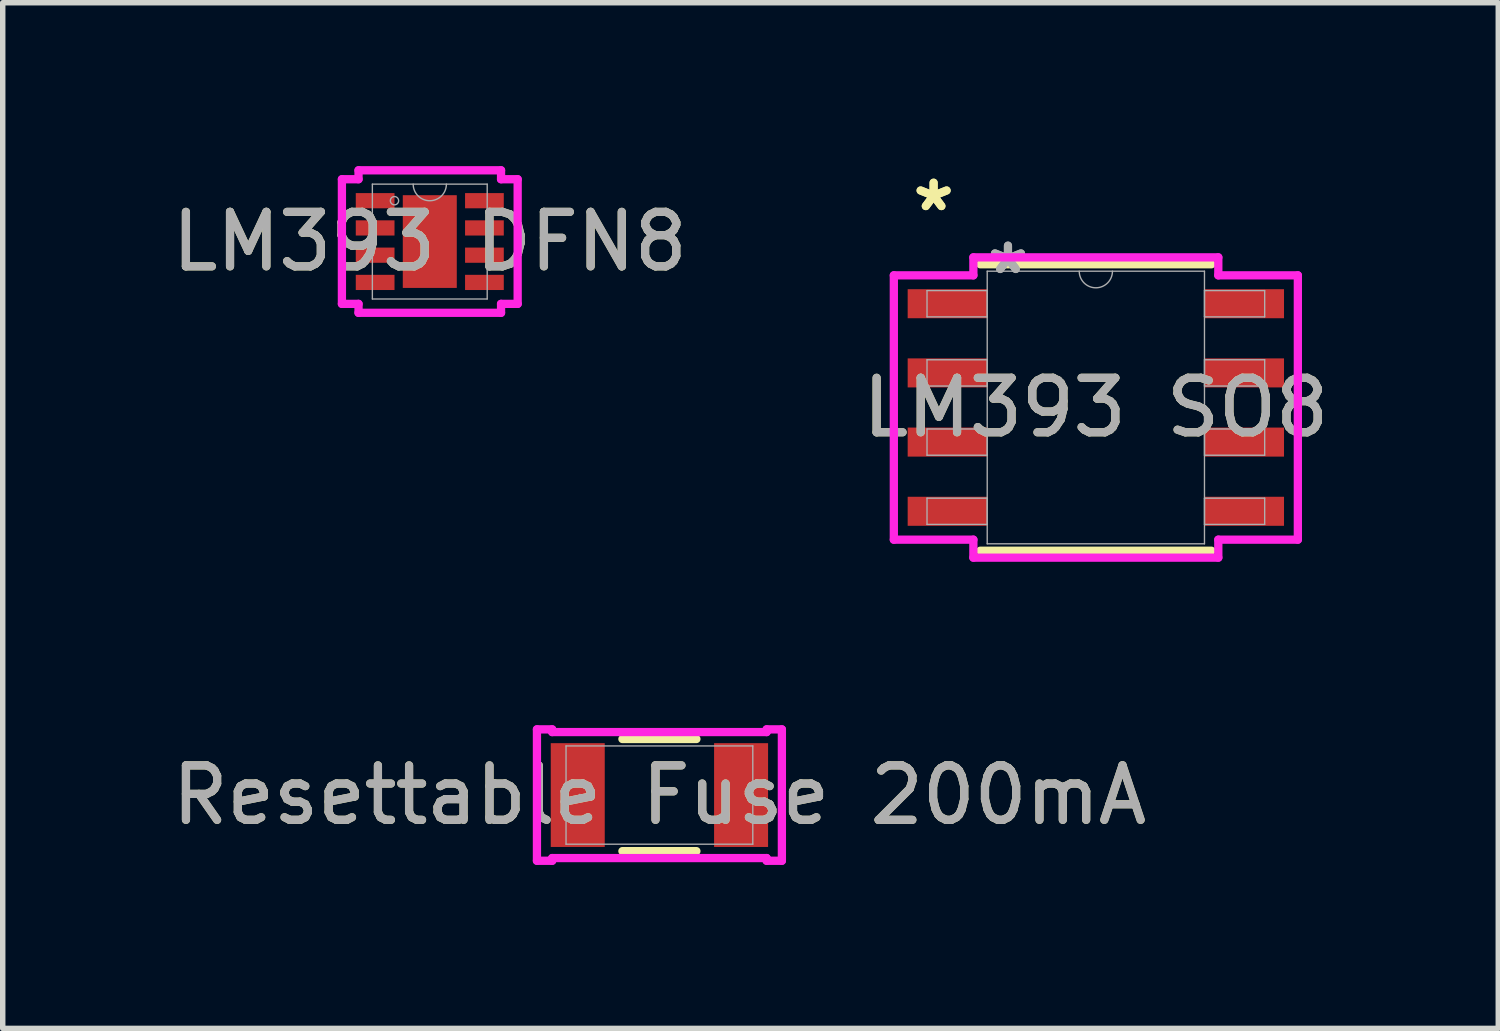
<source format=kicad_pcb>
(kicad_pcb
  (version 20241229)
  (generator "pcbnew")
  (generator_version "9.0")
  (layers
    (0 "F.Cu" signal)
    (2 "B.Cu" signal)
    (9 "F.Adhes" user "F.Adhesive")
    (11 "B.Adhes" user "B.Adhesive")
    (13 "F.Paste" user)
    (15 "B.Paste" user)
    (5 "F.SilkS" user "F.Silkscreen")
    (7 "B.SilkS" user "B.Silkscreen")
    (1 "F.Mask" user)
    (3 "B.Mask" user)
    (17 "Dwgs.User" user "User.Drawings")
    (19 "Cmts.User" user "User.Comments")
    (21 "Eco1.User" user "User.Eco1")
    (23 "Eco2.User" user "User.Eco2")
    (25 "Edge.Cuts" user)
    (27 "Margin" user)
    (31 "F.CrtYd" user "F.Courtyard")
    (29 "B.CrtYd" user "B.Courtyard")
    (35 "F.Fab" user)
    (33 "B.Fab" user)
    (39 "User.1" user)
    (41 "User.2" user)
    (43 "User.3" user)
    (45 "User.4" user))
  (footprint "LM393 SO8"
    (layer "F.Cu")
    (at 17.065 4.43)
    (property "Reference" "LM393 SO8" (at 0 0 0) (unlocked yes) (layer "F.SilkS") (effects (font (size 1 1) (thickness 0.15))))
    (attr smd)
    (fp_line (start -2.121 2.629) (end 2.121 2.629) (stroke (width 0.152) (type solid)) (layer "F.SilkS"))
    (fp_line (start 2.121 -2.629) (end -2.121 -2.629) (stroke (width 0.152) (type solid)) (layer "F.SilkS"))
    (fp_line (start -3.708 -2.426) (end -2.248 -2.426) (stroke (width 0.152) (type solid)) (layer "F.CrtYd"))
    (fp_line (start -3.708 2.426) (end -3.708 -2.426) (stroke (width 0.152) (type solid)) (layer "F.CrtYd"))
    (fp_line (start -3.708 2.426) (end -2.248 2.426) (stroke (width 0.152) (type solid)) (layer "F.CrtYd"))
    (fp_line (start -2.248 -2.756) (end 2.248 -2.756) (stroke (width 0.152) (type solid)) (layer "F.CrtYd"))
    (fp_line (start -2.248 -2.426) (end -2.248 -2.756) (stroke (width 0.152) (type solid)) (layer "F.CrtYd"))
    (fp_line (start -2.248 2.756) (end -2.248 2.426) (stroke (width 0.152) (type solid)) (layer "F.CrtYd"))
    (fp_line (start 2.248 -2.756) (end 2.248 -2.426) (stroke (width 0.152) (type solid)) (layer "F.CrtYd"))
    (fp_line (start 2.248 2.426) (end 2.248 2.756) (stroke (width 0.152) (type solid)) (layer "F.CrtYd"))
    (fp_line (start 2.248 2.756) (end -2.248 2.756) (stroke (width 0.152) (type solid)) (layer "F.CrtYd"))
    (fp_line (start 3.708 -2.426) (end 2.248 -2.426) (stroke (width 0.152) (type solid)) (layer "F.CrtYd"))
    (fp_line (start 3.708 -2.426) (end 3.708 2.426) (stroke (width 0.152) (type solid)) (layer "F.CrtYd"))
    (fp_line (start 3.708 2.426) (end 2.248 2.426) (stroke (width 0.152) (type solid)) (layer "F.CrtYd"))
    (fp_line (start -3.099 -2.146) (end -3.099 -1.664) (stroke (width 0.025) (type solid)) (layer "F.Fab"))
    (fp_line (start -3.099 -1.664) (end -1.994 -1.664) (stroke (width 0.025) (type solid)) (layer "F.Fab"))
    (fp_line (start -3.099 -0.876) (end -3.099 -0.394) (stroke (width 0.025) (type solid)) (layer "F.Fab"))
    (fp_line (start -3.099 -0.394) (end -1.994 -0.394) (stroke (width 0.025) (type solid)) (layer "F.Fab"))
    (fp_line (start -3.099 0.394) (end -3.099 0.876) (stroke (width 0.025) (type solid)) (layer "F.Fab"))
    (fp_line (start -3.099 0.876) (end -1.994 0.876) (stroke (width 0.025) (type solid)) (layer "F.Fab"))
    (fp_line (start -3.099 1.664) (end -3.099 2.146) (stroke (width 0.025) (type solid)) (layer "F.Fab"))
    (fp_line (start -3.099 2.146) (end -1.994 2.146) (stroke (width 0.025) (type solid)) (layer "F.Fab"))
    (fp_line (start -1.994 -2.502) (end -1.994 2.502) (stroke (width 0.025) (type solid)) (layer "F.Fab"))
    (fp_line (start -1.994 -2.146) (end -3.099 -2.146) (stroke (width 0.025) (type solid)) (layer "F.Fab"))
    (fp_line (start -1.994 -1.664) (end -1.994 -2.146) (stroke (width 0.025) (type solid)) (layer "F.Fab"))
    (fp_line (start -1.994 -0.876) (end -3.099 -0.876) (stroke (width 0.025) (type solid)) (layer "F.Fab"))
    (fp_line (start -1.994 -0.394) (end -1.994 -0.876) (stroke (width 0.025) (type solid)) (layer "F.Fab"))
    (fp_line (start -1.994 0.394) (end -3.099 0.394) (stroke (width 0.025) (type solid)) (layer "F.Fab"))
    (fp_line (start -1.994 0.876) (end -1.994 0.394) (stroke (width 0.025) (type solid)) (layer "F.Fab"))
    (fp_line (start -1.994 1.664) (end -3.099 1.664) (stroke (width 0.025) (type solid)) (layer "F.Fab"))
    (fp_line (start -1.994 2.146) (end -1.994 1.664) (stroke (width 0.025) (type solid)) (layer "F.Fab"))
    (fp_line (start -1.994 2.502) (end 1.994 2.502) (stroke (width 0.025) (type solid)) (layer "F.Fab"))
    (fp_line (start 1.994 -2.502) (end -1.994 -2.502) (stroke (width 0.025) (type solid)) (layer "F.Fab"))
    (fp_line (start 1.994 -2.146) (end 1.994 -1.664) (stroke (width 0.025) (type solid)) (layer "F.Fab"))
    (fp_line (start 1.994 -1.664) (end 3.099 -1.664) (stroke (width 0.025) (type solid)) (layer "F.Fab"))
    (fp_line (start 1.994 -0.876) (end 1.994 -0.394) (stroke (width 0.025) (type solid)) (layer "F.Fab"))
    (fp_line (start 1.994 -0.394) (end 3.099 -0.394) (stroke (width 0.025) (type solid)) (layer "F.Fab"))
    (fp_line (start 1.994 0.394) (end 1.994 0.876) (stroke (width 0.025) (type solid)) (layer "F.Fab"))
    (fp_line (start 1.994 0.876) (end 3.099 0.876) (stroke (width 0.025) (type solid)) (layer "F.Fab"))
    (fp_line (start 1.994 1.664) (end 1.994 2.146) (stroke (width 0.025) (type solid)) (layer "F.Fab"))
    (fp_line (start 1.994 2.146) (end 3.099 2.146) (stroke (width 0.025) (type solid)) (layer "F.Fab"))
    (fp_line (start 1.994 2.502) (end 1.994 -2.502) (stroke (width 0.025) (type solid)) (layer "F.Fab"))
    (fp_line (start 3.099 -2.146) (end 1.994 -2.146) (stroke (width 0.025) (type solid)) (layer "F.Fab"))
    (fp_line (start 3.099 -1.664) (end 3.099 -2.146) (stroke (width 0.025) (type solid)) (layer "F.Fab"))
    (fp_line (start 3.099 -0.876) (end 1.994 -0.876) (stroke (width 0.025) (type solid)) (layer "F.Fab"))
    (fp_line (start 3.099 -0.394) (end 3.099 -0.876) (stroke (width 0.025) (type solid)) (layer "F.Fab"))
    (fp_line (start 3.099 0.394) (end 1.994 0.394) (stroke (width 0.025) (type solid)) (layer "F.Fab"))
    (fp_line (start 3.099 0.876) (end 3.099 0.394) (stroke (width 0.025) (type solid)) (layer "F.Fab"))
    (fp_line (start 3.099 1.664) (end 1.994 1.664) (stroke (width 0.025) (type solid)) (layer "F.Fab"))
    (fp_line (start 3.099 2.146) (end 3.099 1.664) (stroke (width 0.025) (type solid)) (layer "F.Fab"))
    (fp_arc (start 0.3048 -2.5019) (mid 0 -2.1971) (end -0.3048 -2.5019) (stroke (width 0.0254) (type solid)) (layer "F.Fab"))
    (fp_text user "*" (at -2.978 -3.581 0) (layer "F.SilkS") (effects (font (size 1 1) (thickness 0.15))))
    (fp_text user "*" (at -2.978 -3.581 0) (unlocked yes) (layer "F.SilkS") (effects (font (size 1 1) (thickness 0.15))))
    (fp_text user "${REFERENCE}" (at 0 0 0) (unlocked yes) (layer "F.Fab") (effects (font (size 1 1) (thickness 0.15))))
    (fp_text user "*" (at -1.613 -2.426 0) (unlocked yes) (layer "F.Fab") (effects (font (size 1 1) (thickness 0.15))))
    (fp_text user "*" (at -1.613 -2.426 0) (layer "F.Fab") (effects (font (size 1 1) (thickness 0.15))))
    (pad "1" smd rect (at -2.724 -1.905) (size 1.46 0.533) (layers "F.Cu" "F.Mask" "F.Paste"))
    (pad "2" smd rect (at -2.724 -0.635) (size 1.46 0.533) (layers "F.Cu" "F.Mask" "F.Paste"))
    (pad "3" smd rect (at -2.724 0.635) (size 1.46 0.533) (layers "F.Cu" "F.Mask" "F.Paste"))
    (pad "4" smd rect (at -2.724 1.905) (size 1.46 0.533) (layers "F.Cu" "F.Mask" "F.Paste"))
    (pad "5" smd rect (at 2.724 1.905) (size 1.46 0.533) (layers "F.Cu" "F.Mask" "F.Paste"))
    (pad "6" smd rect (at 2.724 0.635) (size 1.46 0.533) (layers "F.Cu" "F.Mask" "F.Paste"))
    (pad "7" smd rect (at 2.724 -0.635) (size 1.46 0.533) (layers "F.Cu" "F.Mask" "F.Paste"))
    (pad "8" smd rect (at 2.724 -1.905) (size 1.46 0.533) (layers "F.Cu" "F.Mask" "F.Paste")))
  (footprint "Resettable Fuse 200mA"
    (layer "F.Cu")
    (at 9.054 11.544)
    (property "Reference" "Resettable Fuse 200mA" (at 0 0 0) (unlocked yes) (layer "F.SilkS") (effects (font (size 1 1) (thickness 0.15))))
    (attr smd)
    (fp_line (start -0.679 1.029) (end 0.679 1.029) (stroke (width 0.152) (type solid)) (layer "F.SilkS"))
    (fp_line (start 0.679 -1.029) (end -0.679 -1.029) (stroke (width 0.152) (type solid)) (layer "F.SilkS"))
    (fp_line (start -2.248 -1.206) (end -1.968 -1.206) (stroke (width 0.152) (type solid)) (layer "F.CrtYd"))
    (fp_line (start -2.248 1.206) (end -2.248 -1.206) (stroke (width 0.152) (type solid)) (layer "F.CrtYd"))
    (fp_line (start -2.248 1.206) (end -1.968 1.206) (stroke (width 0.152) (type solid)) (layer "F.CrtYd"))
    (fp_line (start -1.968 -1.206) (end -1.968 -1.156) (stroke (width 0.152) (type solid)) (layer "F.CrtYd"))
    (fp_line (start -1.968 -1.156) (end 1.968 -1.156) (stroke (width 0.152) (type solid)) (layer "F.CrtYd"))
    (fp_line (start -1.968 1.156) (end 1.968 1.156) (stroke (width 0.152) (type solid)) (layer "F.CrtYd"))
    (fp_line (start -1.968 1.206) (end -1.968 1.156) (stroke (width 0.152) (type solid)) (layer "F.CrtYd"))
    (fp_line (start 1.968 -1.206) (end 2.248 -1.206) (stroke (width 0.152) (type solid)) (layer "F.CrtYd"))
    (fp_line (start 1.968 -1.156) (end 1.968 -1.206) (stroke (width 0.152) (type solid)) (layer "F.CrtYd"))
    (fp_line (start 1.968 1.156) (end 1.968 1.206) (stroke (width 0.152) (type solid)) (layer "F.CrtYd"))
    (fp_line (start 1.968 1.206) (end 2.248 1.206) (stroke (width 0.152) (type solid)) (layer "F.CrtYd"))
    (fp_line (start 2.248 -1.206) (end 2.248 1.206) (stroke (width 0.152) (type solid)) (layer "F.CrtYd"))
    (fp_line (start -1.714 -0.902) (end -1.714 0.902) (stroke (width 0.025) (type solid)) (layer "F.Fab"))
    (fp_line (start -1.714 0.902) (end 1.714 0.902) (stroke (width 0.025) (type solid)) (layer "F.Fab"))
    (fp_line (start 1.714 -0.902) (end -1.714 -0.902) (stroke (width 0.025) (type solid)) (layer "F.Fab"))
    (fp_line (start 1.714 0.902) (end 1.714 -0.902) (stroke (width 0.025) (type solid)) (layer "F.Fab"))
    (fp_circle (center -1.46 0) (end -1.46 0) (stroke (width 0.025) (type solid)) (fill no) (layer "F.Fab"))
    (fp_text user "${REFERENCE}" (at 0 0 0) (unlocked yes) (layer "F.Fab") (effects (font (size 1 1) (thickness 0.15))))
    (pad "1" smd rect (at -1.499 0) (size 0.991 1.905) (layers "F.Cu" "F.Mask" "F.Paste"))
    (pad "2" smd rect (at 1.499 0) (size 0.991 1.905) (layers "F.Cu" "F.Mask" "F.Paste"))
    (zone (net_name "") (layer "F.Cu") (hatch full 0.508) (connect_pads) (min_thickness 0.254) (filled_areas_thickness no) (keepout (tracks not_allowed) (vias not_allowed) (pads allowed) (copperpour not_allowed) (footprints allowed)) (placement (enabled no)) (fill) (polygon (pts (xy 8.101 10.643) (xy 10.006 10.643) (xy 10.006 12.446) (xy 8.101 12.446)))))
  (footprint "LM393 DFN8"
    (layer "F.Cu")
    (at 4.839 1.384)
    (property "Reference" "LM393 DFN8" (at 0 0 0) (unlocked yes) (layer "F.SilkS") (effects (font (size 1 1) (thickness 0.15))))
    (attr smd)
    (fp_line (start -1.613 -1.144) (end -1.308 -1.144) (stroke (width 0.152) (type solid)) (layer "F.CrtYd"))
    (fp_line (start -1.613 1.144) (end -1.613 -1.144) (stroke (width 0.152) (type solid)) (layer "F.CrtYd"))
    (fp_line (start -1.613 1.144) (end -1.308 1.144) (stroke (width 0.152) (type solid)) (layer "F.CrtYd"))
    (fp_line (start -1.308 -1.308) (end 1.308 -1.308) (stroke (width 0.152) (type solid)) (layer "F.CrtYd"))
    (fp_line (start -1.308 -1.144) (end -1.308 -1.308) (stroke (width 0.152) (type solid)) (layer "F.CrtYd"))
    (fp_line (start -1.308 1.308) (end -1.308 1.144) (stroke (width 0.152) (type solid)) (layer "F.CrtYd"))
    (fp_line (start 1.308 -1.308) (end 1.308 -1.144) (stroke (width 0.152) (type solid)) (layer "F.CrtYd"))
    (fp_line (start 1.308 1.144) (end 1.308 1.308) (stroke (width 0.152) (type solid)) (layer "F.CrtYd"))
    (fp_line (start 1.308 1.308) (end -1.308 1.308) (stroke (width 0.152) (type solid)) (layer "F.CrtYd"))
    (fp_line (start 1.613 -1.144) (end 1.308 -1.144) (stroke (width 0.152) (type solid)) (layer "F.CrtYd"))
    (fp_line (start 1.613 -1.144) (end 1.613 1.144) (stroke (width 0.152) (type solid)) (layer "F.CrtYd"))
    (fp_line (start 1.613 1.144) (end 1.308 1.144) (stroke (width 0.152) (type solid)) (layer "F.CrtYd"))
    (fp_line (start -1.054 -1.054) (end -1.054 1.054) (stroke (width 0.025) (type solid)) (layer "F.Fab"))
    (fp_line (start -1.054 1.054) (end 1.054 1.054) (stroke (width 0.025) (type solid)) (layer "F.Fab"))
    (fp_line (start 1.054 -1.054) (end -1.054 -1.054) (stroke (width 0.025) (type solid)) (layer "F.Fab"))
    (fp_line (start 1.054 1.054) (end 1.054 -1.054) (stroke (width 0.025) (type solid)) (layer "F.Fab"))
    (fp_arc (start 0.3048 -1.0541) (mid 0 -0.7493) (end -0.3048 -1.0541) (stroke (width 0.0254) (type solid)) (layer "F.Fab"))
    (fp_circle (center -0.648 -0.75) (end -0.572 -0.75) (stroke (width 0.025) (type solid)) (fill no) (layer "F.Fab"))
    (fp_text user "${REFERENCE}" (at 0 0 0) (unlocked yes) (layer "F.Fab") (effects (font (size 1 1) (thickness 0.15))))
    (pad "1" smd rect (at -1.003 -0.75) (size 0.711 0.279) (layers "F.Cu" "F.Mask" "F.Paste"))
    (pad "2" smd rect (at -1.003 -0.25) (size 0.711 0.279) (layers "F.Cu" "F.Mask" "F.Paste"))
    (pad "3" smd rect (at -1.003 0.25) (size 0.711 0.279) (layers "F.Cu" "F.Mask" "F.Paste"))
    (pad "4" smd rect (at -1.003 0.75) (size 0.711 0.279) (layers "F.Cu" "F.Mask" "F.Paste"))
    (pad "5" smd rect (at 1.003 0.75) (size 0.711 0.279) (layers "F.Cu" "F.Mask" "F.Paste"))
    (pad "6" smd rect (at 1.003 0.25) (size 0.711 0.279) (layers "F.Cu" "F.Mask" "F.Paste"))
    (pad "7" smd rect (at 1.003 -0.25) (size 0.711 0.279) (layers "F.Cu" "F.Mask" "F.Paste"))
    (pad "8" smd rect (at 1.003 -0.75) (size 0.711 0.279) (layers "F.Cu" "F.Mask" "F.Paste"))
    (pad "9" smd rect (at 0 0) (size 0.991 1.702) (layers "F.Cu" "F.Mask" "F.Paste")))
  (gr_rect
    (start -3 -3)
    (end 24.452 15.827)
    (stroke (width 0.1) (type default))
    (fill no)
    (layer "Edge.Cuts")))
</source>
